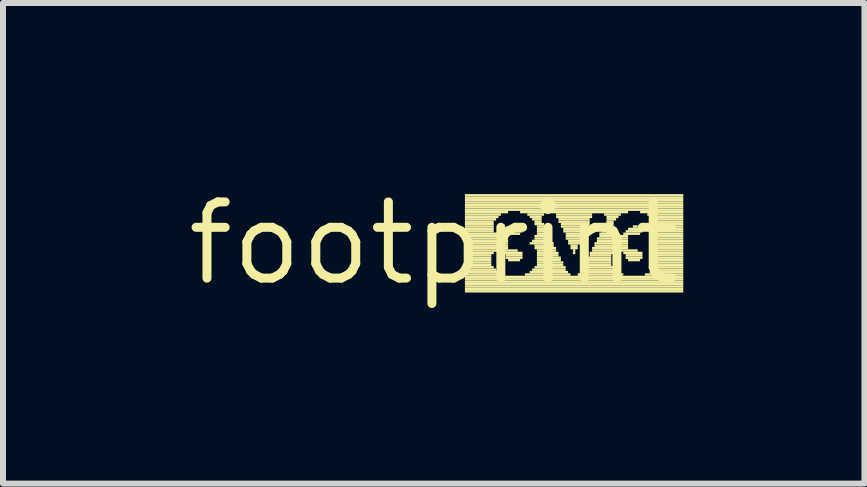
<source format=kicad_pcb>
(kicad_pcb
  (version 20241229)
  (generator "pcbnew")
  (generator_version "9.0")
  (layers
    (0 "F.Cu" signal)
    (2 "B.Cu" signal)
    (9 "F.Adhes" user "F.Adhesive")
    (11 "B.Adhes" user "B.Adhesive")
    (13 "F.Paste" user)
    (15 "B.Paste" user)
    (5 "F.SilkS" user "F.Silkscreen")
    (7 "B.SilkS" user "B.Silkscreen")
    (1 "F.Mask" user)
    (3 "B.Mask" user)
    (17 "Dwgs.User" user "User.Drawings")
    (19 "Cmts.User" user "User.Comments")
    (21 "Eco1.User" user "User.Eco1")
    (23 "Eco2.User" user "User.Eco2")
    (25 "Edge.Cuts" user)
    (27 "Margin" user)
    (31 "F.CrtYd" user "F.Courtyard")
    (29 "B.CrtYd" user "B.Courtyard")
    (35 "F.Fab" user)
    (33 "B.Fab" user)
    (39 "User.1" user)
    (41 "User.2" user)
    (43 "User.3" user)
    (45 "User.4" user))
  (footprint "footprint"
    (layer "F.Cu")
    (at 4.18 1.006)
    (property "Reference" "footprint" (at 0 0 0) (layer "F.SilkS") (effects (font (size 1.27 1.27) (thickness 0.15))))
    (fp_poly (pts (xy 0.52 -0.78) (xy 4.16 -0.78) (xy 4.16 -0.82) (xy 0.52 -0.82)) (stroke (width 0) (type solid)) (fill yes) (layer "F.SilkS"))
    (fp_poly (pts (xy 0.52 -0.74) (xy 4.16 -0.74) (xy 4.16 -0.78) (xy 0.52 -0.78)) (stroke (width 0) (type solid)) (fill yes) (layer "F.SilkS"))
    (fp_poly (pts (xy 0.52 -0.7) (xy 4.16 -0.7) (xy 4.16 -0.74) (xy 0.52 -0.74)) (stroke (width 0) (type solid)) (fill yes) (layer "F.SilkS"))
    (fp_poly (pts (xy 0.52 -0.66) (xy 4.16 -0.66) (xy 4.16 -0.7) (xy 0.52 -0.7)) (stroke (width 0) (type solid)) (fill yes) (layer "F.SilkS"))
    (fp_poly (pts (xy 0.52 -0.62) (xy 4.16 -0.62) (xy 4.16 -0.66) (xy 0.52 -0.66)) (stroke (width 0) (type solid)) (fill yes) (layer "F.SilkS"))
    (fp_poly (pts (xy 0.52 -0.58) (xy 4.16 -0.58) (xy 4.16 -0.62) (xy 0.52 -0.62)) (stroke (width 0) (type solid)) (fill yes) (layer "F.SilkS"))
    (fp_poly (pts (xy 0.52 -0.54) (xy 4.16 -0.54) (xy 4.16 -0.58) (xy 0.52 -0.58)) (stroke (width 0) (type solid)) (fill yes) (layer "F.SilkS"))
    (fp_poly (pts (xy 0.52 -0.5) (xy 1.24 -0.5) (xy 1.24 -0.54) (xy 0.52 -0.54)) (stroke (width 0) (type solid)) (fill yes) (layer "F.SilkS"))
    (fp_poly (pts (xy 0.52 -0.46) (xy 1.12 -0.46) (xy 1.12 -0.5) (xy 0.52 -0.5)) (stroke (width 0) (type solid)) (fill yes) (layer "F.SilkS"))
    (fp_poly (pts (xy 0.52 -0.42) (xy 1.08 -0.42) (xy 1.08 -0.46) (xy 0.52 -0.46)) (stroke (width 0) (type solid)) (fill yes) (layer "F.SilkS"))
    (fp_poly (pts (xy 0.52 -0.38) (xy 1.04 -0.38) (xy 1.04 -0.42) (xy 0.52 -0.42)) (stroke (width 0) (type solid)) (fill yes) (layer "F.SilkS"))
    (fp_poly (pts (xy 0.52 -0.34) (xy 1 -0.34) (xy 1 -0.38) (xy 0.52 -0.38)) (stroke (width 0) (type solid)) (fill yes) (layer "F.SilkS"))
    (fp_poly (pts (xy 0.52 -0.3) (xy 1 -0.3) (xy 1 -0.34) (xy 0.52 -0.34)) (stroke (width 0) (type solid)) (fill yes) (layer "F.SilkS"))
    (fp_poly (pts (xy 0.52 -0.26) (xy 1 -0.26) (xy 1 -0.3) (xy 0.52 -0.3)) (stroke (width 0) (type solid)) (fill yes) (layer "F.SilkS"))
    (fp_poly (pts (xy 0.52 -0.22) (xy 1 -0.22) (xy 1 -0.26) (xy 0.52 -0.26)) (stroke (width 0) (type solid)) (fill yes) (layer "F.SilkS"))
    (fp_poly (pts (xy 0.52 -0.18) (xy 1 -0.18) (xy 1 -0.22) (xy 0.52 -0.22)) (stroke (width 0) (type solid)) (fill yes) (layer "F.SilkS"))
    (fp_poly (pts (xy 0.52 -0.14) (xy 1.08 -0.14) (xy 1.08 -0.18) (xy 0.52 -0.18)) (stroke (width 0) (type solid)) (fill yes) (layer "F.SilkS"))
    (fp_poly (pts (xy 0.52 -0.1) (xy 1.24 -0.1) (xy 1.24 -0.14) (xy 0.52 -0.14)) (stroke (width 0) (type solid)) (fill yes) (layer "F.SilkS"))
    (fp_poly (pts (xy 0.52 -0.06) (xy 1.24 -0.06) (xy 1.24 -0.1) (xy 0.52 -0.1)) (stroke (width 0) (type solid)) (fill yes) (layer "F.SilkS"))
    (fp_poly (pts (xy 0.52 -0.02) (xy 1.24 -0.02) (xy 1.24 -0.06) (xy 0.52 -0.06)) (stroke (width 0) (type solid)) (fill yes) (layer "F.SilkS"))
    (fp_poly (pts (xy 0.52 0.02) (xy 1.24 0.02) (xy 1.24 -0.02) (xy 0.52 -0.02)) (stroke (width 0) (type solid)) (fill yes) (layer "F.SilkS"))
    (fp_poly (pts (xy 0.52 0.06) (xy 1.24 0.06) (xy 1.24 0.02) (xy 0.52 0.02)) (stroke (width 0) (type solid)) (fill yes) (layer "F.SilkS"))
    (fp_poly (pts (xy 0.52 0.1) (xy 1.24 0.1) (xy 1.24 0.06) (xy 0.52 0.06)) (stroke (width 0) (type solid)) (fill yes) (layer "F.SilkS"))
    (fp_poly (pts (xy 0.52 0.14) (xy 1.4 0.14) (xy 1.4 0.1) (xy 0.52 0.1)) (stroke (width 0) (type solid)) (fill yes) (layer "F.SilkS"))
    (fp_poly (pts (xy 0.52 0.18) (xy 1 0.18) (xy 1 0.14) (xy 0.52 0.14)) (stroke (width 0) (type solid)) (fill yes) (layer "F.SilkS"))
    (fp_poly (pts (xy 0.52 0.22) (xy 0.96 0.22) (xy 0.96 0.18) (xy 0.52 0.18)) (stroke (width 0) (type solid)) (fill yes) (layer "F.SilkS"))
    (fp_poly (pts (xy 0.52 0.26) (xy 0.96 0.26) (xy 0.96 0.22) (xy 0.52 0.22)) (stroke (width 0) (type solid)) (fill yes) (layer "F.SilkS"))
    (fp_poly (pts (xy 0.52 0.3) (xy 0.96 0.3) (xy 0.96 0.26) (xy 0.52 0.26)) (stroke (width 0) (type solid)) (fill yes) (layer "F.SilkS"))
    (fp_poly (pts (xy 0.52 0.34) (xy 0.96 0.34) (xy 0.96 0.3) (xy 0.52 0.3)) (stroke (width 0) (type solid)) (fill yes) (layer "F.SilkS"))
    (fp_poly (pts (xy 0.52 0.38) (xy 0.96 0.38) (xy 0.96 0.34) (xy 0.52 0.34)) (stroke (width 0) (type solid)) (fill yes) (layer "F.SilkS"))
    (fp_poly (pts (xy 0.52 0.42) (xy 1 0.42) (xy 1 0.38) (xy 0.52 0.38)) (stroke (width 0) (type solid)) (fill yes) (layer "F.SilkS"))
    (fp_poly (pts (xy 0.52 0.46) (xy 1.04 0.46) (xy 1.04 0.42) (xy 0.52 0.42)) (stroke (width 0) (type solid)) (fill yes) (layer "F.SilkS"))
    (fp_poly (pts (xy 0.52 0.5) (xy 1.08 0.5) (xy 1.08 0.46) (xy 0.52 0.46)) (stroke (width 0) (type solid)) (fill yes) (layer "F.SilkS"))
    (fp_poly (pts (xy 0.52 0.54) (xy 1.16 0.54) (xy 1.16 0.5) (xy 0.52 0.5)) (stroke (width 0) (type solid)) (fill yes) (layer "F.SilkS"))
    (fp_poly (pts (xy 0.52 0.58) (xy 4.16 0.58) (xy 4.16 0.54) (xy 0.52 0.54)) (stroke (width 0) (type solid)) (fill yes) (layer "F.SilkS"))
    (fp_poly (pts (xy 0.52 0.62) (xy 4.16 0.62) (xy 4.16 0.58) (xy 0.52 0.58)) (stroke (width 0) (type solid)) (fill yes) (layer "F.SilkS"))
    (fp_poly (pts (xy 0.52 0.66) (xy 4.16 0.66) (xy 4.16 0.62) (xy 0.52 0.62)) (stroke (width 0) (type solid)) (fill yes) (layer "F.SilkS"))
    (fp_poly (pts (xy 0.52 0.7) (xy 4.16 0.7) (xy 4.16 0.66) (xy 0.52 0.66)) (stroke (width 0) (type solid)) (fill yes) (layer "F.SilkS"))
    (fp_poly (pts (xy 0.52 0.74) (xy 4.16 0.74) (xy 4.16 0.7) (xy 0.52 0.7)) (stroke (width 0) (type solid)) (fill yes) (layer "F.SilkS"))
    (fp_poly (pts (xy 0.52 0.78) (xy 4.16 0.78) (xy 4.16 0.74) (xy 0.52 0.74)) (stroke (width 0) (type solid)) (fill yes) (layer "F.SilkS"))
    (fp_poly (pts (xy 0.52 0.82) (xy 4.16 0.82) (xy 4.16 0.78) (xy 0.52 0.78)) (stroke (width 0) (type solid)) (fill yes) (layer "F.SilkS"))
    (fp_poly (pts (xy 1.16 -0.14) (xy 1.44 -0.14) (xy 1.44 -0.18) (xy 1.16 -0.18)) (stroke (width 0) (type solid)) (fill yes) (layer "F.SilkS"))
    (fp_poly (pts (xy 1.16 0.18) (xy 1.48 0.18) (xy 1.48 0.14) (xy 1.16 0.14)) (stroke (width 0) (type solid)) (fill yes) (layer "F.SilkS"))
    (fp_poly (pts (xy 1.2 -0.18) (xy 1.48 -0.18) (xy 1.48 -0.22) (xy 1.2 -0.22)) (stroke (width 0) (type solid)) (fill yes) (layer "F.SilkS"))
    (fp_poly (pts (xy 1.2 0.22) (xy 1.48 0.22) (xy 1.48 0.18) (xy 1.2 0.18)) (stroke (width 0) (type solid)) (fill yes) (layer "F.SilkS"))
    (fp_poly (pts (xy 1.2 0.26) (xy 1.48 0.26) (xy 1.48 0.22) (xy 1.2 0.22)) (stroke (width 0) (type solid)) (fill yes) (layer "F.SilkS"))
    (fp_poly (pts (xy 1.24 -0.22) (xy 1.44 -0.22) (xy 1.44 -0.26) (xy 1.24 -0.26)) (stroke (width 0) (type solid)) (fill yes) (layer "F.SilkS"))
    (fp_poly (pts (xy 1.24 0.3) (xy 1.44 0.3) (xy 1.44 0.26) (xy 1.24 0.26)) (stroke (width 0) (type solid)) (fill yes) (layer "F.SilkS"))
    (fp_poly (pts (xy 1.32 -0.26) (xy 1.4 -0.26) (xy 1.4 -0.3) (xy 1.32 -0.3)) (stroke (width 0) (type solid)) (fill yes) (layer "F.SilkS"))
    (fp_poly (pts (xy 1.44 -0.5) (xy 3.24 -0.5) (xy 3.24 -0.54) (xy 1.44 -0.54)) (stroke (width 0) (type solid)) (fill yes) (layer "F.SilkS"))
    (fp_poly (pts (xy 1.52 0.54) (xy 2.28 0.54) (xy 2.28 0.5) (xy 1.52 0.5)) (stroke (width 0) (type solid)) (fill yes) (layer "F.SilkS"))
    (fp_poly (pts (xy 1.56 -0.46) (xy 1.84 -0.46) (xy 1.84 -0.5) (xy 1.56 -0.5)) (stroke (width 0) (type solid)) (fill yes) (layer "F.SilkS"))
    (fp_poly (pts (xy 1.6 -0.42) (xy 1.8 -0.42) (xy 1.8 -0.46) (xy 1.6 -0.46)) (stroke (width 0) (type solid)) (fill yes) (layer "F.SilkS"))
    (fp_poly (pts (xy 1.6 0.02) (xy 2 0.02) (xy 2 -0.02) (xy 1.6 -0.02)) (stroke (width 0) (type solid)) (fill yes) (layer "F.SilkS"))
    (fp_poly (pts (xy 1.6 0.5) (xy 2.24 0.5) (xy 2.24 0.46) (xy 1.6 0.46)) (stroke (width 0) (type solid)) (fill yes) (layer "F.SilkS"))
    (fp_poly (pts (xy 1.64 -0.38) (xy 1.8 -0.38) (xy 1.8 -0.42) (xy 1.64 -0.42)) (stroke (width 0) (type solid)) (fill yes) (layer "F.SilkS"))
    (fp_poly (pts (xy 1.64 -0.02) (xy 1.96 -0.02) (xy 1.96 -0.06) (xy 1.64 -0.06)) (stroke (width 0) (type solid)) (fill yes) (layer "F.SilkS"))
    (fp_poly (pts (xy 1.64 0.46) (xy 2.2 0.46) (xy 2.2 0.42) (xy 1.64 0.42)) (stroke (width 0) (type solid)) (fill yes) (layer "F.SilkS"))
    (fp_poly (pts (xy 1.68 -0.34) (xy 1.8 -0.34) (xy 1.8 -0.38) (xy 1.68 -0.38)) (stroke (width 0) (type solid)) (fill yes) (layer "F.SilkS"))
    (fp_poly (pts (xy 1.68 -0.3) (xy 1.84 -0.3) (xy 1.84 -0.34) (xy 1.68 -0.34)) (stroke (width 0) (type solid)) (fill yes) (layer "F.SilkS"))
    (fp_poly (pts (xy 1.68 -0.1) (xy 1.92 -0.1) (xy 1.92 -0.14) (xy 1.68 -0.14)) (stroke (width 0) (type solid)) (fill yes) (layer "F.SilkS"))
    (fp_poly (pts (xy 1.68 -0.06) (xy 1.96 -0.06) (xy 1.96 -0.1) (xy 1.68 -0.1)) (stroke (width 0) (type solid)) (fill yes) (layer "F.SilkS"))
    (fp_poly (pts (xy 1.68 0.06) (xy 2 0.06) (xy 2 0.02) (xy 1.68 0.02)) (stroke (width 0) (type solid)) (fill yes) (layer "F.SilkS"))
    (fp_poly (pts (xy 1.68 0.1) (xy 2.04 0.1) (xy 2.04 0.06) (xy 1.68 0.06)) (stroke (width 0) (type solid)) (fill yes) (layer "F.SilkS"))
    (fp_poly (pts (xy 1.68 0.42) (xy 2.2 0.42) (xy 2.2 0.38) (xy 1.68 0.38)) (stroke (width 0) (type solid)) (fill yes) (layer "F.SilkS"))
    (fp_poly (pts (xy 1.72 -0.26) (xy 1.84 -0.26) (xy 1.84 -0.3) (xy 1.72 -0.3)) (stroke (width 0) (type solid)) (fill yes) (layer "F.SilkS"))
    (fp_poly (pts (xy 1.72 -0.22) (xy 1.88 -0.22) (xy 1.88 -0.26) (xy 1.72 -0.26)) (stroke (width 0) (type solid)) (fill yes) (layer "F.SilkS"))
    (fp_poly (pts (xy 1.72 -0.18) (xy 1.88 -0.18) (xy 1.88 -0.22) (xy 1.72 -0.22)) (stroke (width 0) (type solid)) (fill yes) (layer "F.SilkS"))
    (fp_poly (pts (xy 1.72 -0.14) (xy 1.92 -0.14) (xy 1.92 -0.18) (xy 1.72 -0.18)) (stroke (width 0) (type solid)) (fill yes) (layer "F.SilkS"))
    (fp_poly (pts (xy 1.72 0.14) (xy 2.04 0.14) (xy 2.04 0.1) (xy 1.72 0.1)) (stroke (width 0) (type solid)) (fill yes) (layer "F.SilkS"))
    (fp_poly (pts (xy 1.72 0.18) (xy 2.08 0.18) (xy 2.08 0.14) (xy 1.72 0.14)) (stroke (width 0) (type solid)) (fill yes) (layer "F.SilkS"))
    (fp_poly (pts (xy 1.72 0.22) (xy 2.08 0.22) (xy 2.08 0.18) (xy 1.72 0.18)) (stroke (width 0) (type solid)) (fill yes) (layer "F.SilkS"))
    (fp_poly (pts (xy 1.72 0.26) (xy 2.12 0.26) (xy 2.12 0.22) (xy 1.72 0.22)) (stroke (width 0) (type solid)) (fill yes) (layer "F.SilkS"))
    (fp_poly (pts (xy 1.72 0.3) (xy 2.12 0.3) (xy 2.12 0.26) (xy 1.72 0.26)) (stroke (width 0) (type solid)) (fill yes) (layer "F.SilkS"))
    (fp_poly (pts (xy 1.72 0.34) (xy 2.16 0.34) (xy 2.16 0.3) (xy 1.72 0.3)) (stroke (width 0) (type solid)) (fill yes) (layer "F.SilkS"))
    (fp_poly (pts (xy 1.72 0.38) (xy 2.16 0.38) (xy 2.16 0.34) (xy 1.72 0.34)) (stroke (width 0) (type solid)) (fill yes) (layer "F.SilkS"))
    (fp_poly (pts (xy 2.04 -0.46) (xy 2.64 -0.46) (xy 2.64 -0.5) (xy 2.04 -0.5)) (stroke (width 0) (type solid)) (fill yes) (layer "F.SilkS"))
    (fp_poly (pts (xy 2.04 -0.42) (xy 2.64 -0.42) (xy 2.64 -0.46) (xy 2.04 -0.46)) (stroke (width 0) (type solid)) (fill yes) (layer "F.SilkS"))
    (fp_poly (pts (xy 2.08 -0.38) (xy 2.6 -0.38) (xy 2.6 -0.42) (xy 2.08 -0.42)) (stroke (width 0) (type solid)) (fill yes) (layer "F.SilkS"))
    (fp_poly (pts (xy 2.08 -0.34) (xy 2.6 -0.34) (xy 2.6 -0.38) (xy 2.08 -0.38)) (stroke (width 0) (type solid)) (fill yes) (layer "F.SilkS"))
    (fp_poly (pts (xy 2.12 -0.3) (xy 2.6 -0.3) (xy 2.6 -0.34) (xy 2.12 -0.34)) (stroke (width 0) (type solid)) (fill yes) (layer "F.SilkS"))
    (fp_poly (pts (xy 2.12 -0.26) (xy 2.56 -0.26) (xy 2.56 -0.3) (xy 2.12 -0.3)) (stroke (width 0) (type solid)) (fill yes) (layer "F.SilkS"))
    (fp_poly (pts (xy 2.16 -0.22) (xy 2.56 -0.22) (xy 2.56 -0.26) (xy 2.16 -0.26)) (stroke (width 0) (type solid)) (fill yes) (layer "F.SilkS"))
    (fp_poly (pts (xy 2.16 -0.18) (xy 2.52 -0.18) (xy 2.52 -0.22) (xy 2.16 -0.22)) (stroke (width 0) (type solid)) (fill yes) (layer "F.SilkS"))
    (fp_poly (pts (xy 2.2 -0.14) (xy 2.52 -0.14) (xy 2.52 -0.18) (xy 2.2 -0.18)) (stroke (width 0) (type solid)) (fill yes) (layer "F.SilkS"))
    (fp_poly (pts (xy 2.2 -0.1) (xy 2.48 -0.1) (xy 2.48 -0.14) (xy 2.2 -0.14)) (stroke (width 0) (type solid)) (fill yes) (layer "F.SilkS"))
    (fp_poly (pts (xy 2.2 -0.06) (xy 2.48 -0.06) (xy 2.48 -0.1) (xy 2.2 -0.1)) (stroke (width 0) (type solid)) (fill yes) (layer "F.SilkS"))
    (fp_poly (pts (xy 2.24 -0.02) (xy 2.44 -0.02) (xy 2.44 -0.06) (xy 2.24 -0.06)) (stroke (width 0) (type solid)) (fill yes) (layer "F.SilkS"))
    (fp_poly (pts (xy 2.24 0.02) (xy 2.44 0.02) (xy 2.44 -0.02) (xy 2.24 -0.02)) (stroke (width 0) (type solid)) (fill yes) (layer "F.SilkS"))
    (fp_poly (pts (xy 2.28 0.06) (xy 2.4 0.06) (xy 2.4 0.02) (xy 2.28 0.02)) (stroke (width 0) (type solid)) (fill yes) (layer "F.SilkS"))
    (fp_poly (pts (xy 2.28 0.1) (xy 2.4 0.1) (xy 2.4 0.06) (xy 2.28 0.06)) (stroke (width 0) (type solid)) (fill yes) (layer "F.SilkS"))
    (fp_poly (pts (xy 2.32 0.14) (xy 2.36 0.14) (xy 2.36 0.1) (xy 2.32 0.1)) (stroke (width 0) (type solid)) (fill yes) (layer "F.SilkS"))
    (fp_poly (pts (xy 2.32 0.18) (xy 2.36 0.18) (xy 2.36 0.14) (xy 2.32 0.14)) (stroke (width 0) (type solid)) (fill yes) (layer "F.SilkS"))
    (fp_poly (pts (xy 2.4 0.54) (xy 3.16 0.54) (xy 3.16 0.5) (xy 2.4 0.5)) (stroke (width 0) (type solid)) (fill yes) (layer "F.SilkS"))
    (fp_poly (pts (xy 2.44 0.5) (xy 3.08 0.5) (xy 3.08 0.46) (xy 2.44 0.46)) (stroke (width 0) (type solid)) (fill yes) (layer "F.SilkS"))
    (fp_poly (pts (xy 2.48 0.42) (xy 3 0.42) (xy 3 0.38) (xy 2.48 0.38)) (stroke (width 0) (type solid)) (fill yes) (layer "F.SilkS"))
    (fp_poly (pts (xy 2.48 0.46) (xy 3.04 0.46) (xy 3.04 0.42) (xy 2.48 0.42)) (stroke (width 0) (type solid)) (fill yes) (layer "F.SilkS"))
    (fp_poly (pts (xy 2.52 0.34) (xy 2.96 0.34) (xy 2.96 0.3) (xy 2.52 0.3)) (stroke (width 0) (type solid)) (fill yes) (layer "F.SilkS"))
    (fp_poly (pts (xy 2.52 0.38) (xy 2.96 0.38) (xy 2.96 0.34) (xy 2.52 0.34)) (stroke (width 0) (type solid)) (fill yes) (layer "F.SilkS"))
    (fp_poly (pts (xy 2.56 0.26) (xy 2.96 0.26) (xy 2.96 0.22) (xy 2.56 0.22)) (stroke (width 0) (type solid)) (fill yes) (layer "F.SilkS"))
    (fp_poly (pts (xy 2.56 0.3) (xy 2.96 0.3) (xy 2.96 0.26) (xy 2.56 0.26)) (stroke (width 0) (type solid)) (fill yes) (layer "F.SilkS"))
    (fp_poly (pts (xy 2.6 0.18) (xy 3 0.18) (xy 3 0.14) (xy 2.6 0.14)) (stroke (width 0) (type solid)) (fill yes) (layer "F.SilkS"))
    (fp_poly (pts (xy 2.6 0.22) (xy 2.96 0.22) (xy 2.96 0.18) (xy 2.6 0.18)) (stroke (width 0) (type solid)) (fill yes) (layer "F.SilkS"))
    (fp_poly (pts (xy 2.64 0.1) (xy 3.24 0.1) (xy 3.24 0.06) (xy 2.64 0.06)) (stroke (width 0) (type solid)) (fill yes) (layer "F.SilkS"))
    (fp_poly (pts (xy 2.64 0.14) (xy 3.4 0.14) (xy 3.4 0.1) (xy 2.64 0.1)) (stroke (width 0) (type solid)) (fill yes) (layer "F.SilkS"))
    (fp_poly (pts (xy 2.68 0.02) (xy 3.24 0.02) (xy 3.24 -0.02) (xy 2.68 -0.02)) (stroke (width 0) (type solid)) (fill yes) (layer "F.SilkS"))
    (fp_poly (pts (xy 2.68 0.06) (xy 3.24 0.06) (xy 3.24 0.02) (xy 2.68 0.02)) (stroke (width 0) (type solid)) (fill yes) (layer "F.SilkS"))
    (fp_poly (pts (xy 2.72 -0.06) (xy 3.24 -0.06) (xy 3.24 -0.1) (xy 2.72 -0.1)) (stroke (width 0) (type solid)) (fill yes) (layer "F.SilkS"))
    (fp_poly (pts (xy 2.72 -0.02) (xy 3.24 -0.02) (xy 3.24 -0.06) (xy 2.72 -0.06)) (stroke (width 0) (type solid)) (fill yes) (layer "F.SilkS"))
    (fp_poly (pts (xy 2.76 -0.14) (xy 3.08 -0.14) (xy 3.08 -0.18) (xy 2.76 -0.18)) (stroke (width 0) (type solid)) (fill yes) (layer "F.SilkS"))
    (fp_poly (pts (xy 2.76 -0.1) (xy 3.24 -0.1) (xy 3.24 -0.14) (xy 2.76 -0.14)) (stroke (width 0) (type solid)) (fill yes) (layer "F.SilkS"))
    (fp_poly (pts (xy 2.8 -0.22) (xy 3 -0.22) (xy 3 -0.26) (xy 2.8 -0.26)) (stroke (width 0) (type solid)) (fill yes) (layer "F.SilkS"))
    (fp_poly (pts (xy 2.8 -0.18) (xy 3 -0.18) (xy 3 -0.22) (xy 2.8 -0.22)) (stroke (width 0) (type solid)) (fill yes) (layer "F.SilkS"))
    (fp_poly (pts (xy 2.84 -0.46) (xy 3.12 -0.46) (xy 3.12 -0.5) (xy 2.84 -0.5)) (stroke (width 0) (type solid)) (fill yes) (layer "F.SilkS"))
    (fp_poly (pts (xy 2.84 -0.3) (xy 3 -0.3) (xy 3 -0.34) (xy 2.84 -0.34)) (stroke (width 0) (type solid)) (fill yes) (layer "F.SilkS"))
    (fp_poly (pts (xy 2.84 -0.26) (xy 3 -0.26) (xy 3 -0.3) (xy 2.84 -0.3)) (stroke (width 0) (type solid)) (fill yes) (layer "F.SilkS"))
    (fp_poly (pts (xy 2.88 -0.42) (xy 3.08 -0.42) (xy 3.08 -0.46) (xy 2.88 -0.46)) (stroke (width 0) (type solid)) (fill yes) (layer "F.SilkS"))
    (fp_poly (pts (xy 2.88 -0.38) (xy 3.04 -0.38) (xy 3.04 -0.42) (xy 2.88 -0.42)) (stroke (width 0) (type solid)) (fill yes) (layer "F.SilkS"))
    (fp_poly (pts (xy 2.88 -0.34) (xy 3 -0.34) (xy 3 -0.38) (xy 2.88 -0.38)) (stroke (width 0) (type solid)) (fill yes) (layer "F.SilkS"))
    (fp_poly (pts (xy 3.16 -0.14) (xy 3.44 -0.14) (xy 3.44 -0.18) (xy 3.16 -0.18)) (stroke (width 0) (type solid)) (fill yes) (layer "F.SilkS"))
    (fp_poly (pts (xy 3.16 0.18) (xy 3.48 0.18) (xy 3.48 0.14) (xy 3.16 0.14)) (stroke (width 0) (type solid)) (fill yes) (layer "F.SilkS"))
    (fp_poly (pts (xy 3.2 -0.18) (xy 3.48 -0.18) (xy 3.48 -0.22) (xy 3.2 -0.22)) (stroke (width 0) (type solid)) (fill yes) (layer "F.SilkS"))
    (fp_poly (pts (xy 3.2 0.22) (xy 3.48 0.22) (xy 3.48 0.18) (xy 3.2 0.18)) (stroke (width 0) (type solid)) (fill yes) (layer "F.SilkS"))
    (fp_poly (pts (xy 3.2 0.26) (xy 3.48 0.26) (xy 3.48 0.22) (xy 3.2 0.22)) (stroke (width 0) (type solid)) (fill yes) (layer "F.SilkS"))
    (fp_poly (pts (xy 3.24 -0.22) (xy 3.44 -0.22) (xy 3.44 -0.26) (xy 3.24 -0.26)) (stroke (width 0) (type solid)) (fill yes) (layer "F.SilkS"))
    (fp_poly (pts (xy 3.24 0.3) (xy 3.44 0.3) (xy 3.44 0.26) (xy 3.24 0.26)) (stroke (width 0) (type solid)) (fill yes) (layer "F.SilkS"))
    (fp_poly (pts (xy 3.32 -0.26) (xy 3.4 -0.26) (xy 3.4 -0.3) (xy 3.32 -0.3)) (stroke (width 0) (type solid)) (fill yes) (layer "F.SilkS"))
    (fp_poly (pts (xy 3.44 -0.5) (xy 4.16 -0.5) (xy 4.16 -0.54) (xy 3.44 -0.54)) (stroke (width 0) (type solid)) (fill yes) (layer "F.SilkS"))
    (fp_poly (pts (xy 3.52 0.54) (xy 4.16 0.54) (xy 4.16 0.5) (xy 3.52 0.5)) (stroke (width 0) (type solid)) (fill yes) (layer "F.SilkS"))
    (fp_poly (pts (xy 3.56 -0.46) (xy 4.16 -0.46) (xy 4.16 -0.5) (xy 3.56 -0.5)) (stroke (width 0) (type solid)) (fill yes) (layer "F.SilkS"))
    (fp_poly (pts (xy 3.6 -0.42) (xy 4.16 -0.42) (xy 4.16 -0.46) (xy 3.6 -0.46)) (stroke (width 0) (type solid)) (fill yes) (layer "F.SilkS"))
    (fp_poly (pts (xy 3.6 0.02) (xy 4.16 0.02) (xy 4.16 -0.02) (xy 3.6 -0.02)) (stroke (width 0) (type solid)) (fill yes) (layer "F.SilkS"))
    (fp_poly (pts (xy 3.6 0.5) (xy 4.16 0.5) (xy 4.16 0.46) (xy 3.6 0.46)) (stroke (width 0) (type solid)) (fill yes) (layer "F.SilkS"))
    (fp_poly (pts (xy 3.64 -0.38) (xy 4.16 -0.38) (xy 4.16 -0.42) (xy 3.64 -0.42)) (stroke (width 0) (type solid)) (fill yes) (layer "F.SilkS"))
    (fp_poly (pts (xy 3.64 -0.02) (xy 4.16 -0.02) (xy 4.16 -0.06) (xy 3.64 -0.06)) (stroke (width 0) (type solid)) (fill yes) (layer "F.SilkS"))
    (fp_poly (pts (xy 3.64 0.46) (xy 4.16 0.46) (xy 4.16 0.42) (xy 3.64 0.42)) (stroke (width 0) (type solid)) (fill yes) (layer "F.SilkS"))
    (fp_poly (pts (xy 3.68 -0.34) (xy 4.16 -0.34) (xy 4.16 -0.38) (xy 3.68 -0.38)) (stroke (width 0) (type solid)) (fill yes) (layer "F.SilkS"))
    (fp_poly (pts (xy 3.68 -0.3) (xy 4.16 -0.3) (xy 4.16 -0.34) (xy 3.68 -0.34)) (stroke (width 0) (type solid)) (fill yes) (layer "F.SilkS"))
    (fp_poly (pts (xy 3.68 -0.1) (xy 4.16 -0.1) (xy 4.16 -0.14) (xy 3.68 -0.14)) (stroke (width 0) (type solid)) (fill yes) (layer "F.SilkS"))
    (fp_poly (pts (xy 3.68 -0.06) (xy 4.16 -0.06) (xy 4.16 -0.1) (xy 3.68 -0.1)) (stroke (width 0) (type solid)) (fill yes) (layer "F.SilkS"))
    (fp_poly (pts (xy 3.68 0.06) (xy 4.16 0.06) (xy 4.16 0.02) (xy 3.68 0.02)) (stroke (width 0) (type solid)) (fill yes) (layer "F.SilkS"))
    (fp_poly (pts (xy 3.68 0.1) (xy 4.16 0.1) (xy 4.16 0.06) (xy 3.68 0.06)) (stroke (width 0) (type solid)) (fill yes) (layer "F.SilkS"))
    (fp_poly (pts (xy 3.68 0.42) (xy 4.16 0.42) (xy 4.16 0.38) (xy 3.68 0.38)) (stroke (width 0) (type solid)) (fill yes) (layer "F.SilkS"))
    (fp_poly (pts (xy 3.72 -0.26) (xy 4.16 -0.26) (xy 4.16 -0.3) (xy 3.72 -0.3)) (stroke (width 0) (type solid)) (fill yes) (layer "F.SilkS"))
    (fp_poly (pts (xy 3.72 -0.22) (xy 4.16 -0.22) (xy 4.16 -0.26) (xy 3.72 -0.26)) (stroke (width 0) (type solid)) (fill yes) (layer "F.SilkS"))
    (fp_poly (pts (xy 3.72 -0.18) (xy 4.16 -0.18) (xy 4.16 -0.22) (xy 3.72 -0.22)) (stroke (width 0) (type solid)) (fill yes) (layer "F.SilkS"))
    (fp_poly (pts (xy 3.72 -0.14) (xy 4.16 -0.14) (xy 4.16 -0.18) (xy 3.72 -0.18)) (stroke (width 0) (type solid)) (fill yes) (layer "F.SilkS"))
    (fp_poly (pts (xy 3.72 0.14) (xy 4.16 0.14) (xy 4.16 0.1) (xy 3.72 0.1)) (stroke (width 0) (type solid)) (fill yes) (layer "F.SilkS"))
    (fp_poly (pts (xy 3.72 0.18) (xy 4.16 0.18) (xy 4.16 0.14) (xy 3.72 0.14)) (stroke (width 0) (type solid)) (fill yes) (layer "F.SilkS"))
    (fp_poly (pts (xy 3.72 0.22) (xy 4.16 0.22) (xy 4.16 0.18) (xy 3.72 0.18)) (stroke (width 0) (type solid)) (fill yes) (layer "F.SilkS"))
    (fp_poly (pts (xy 3.72 0.26) (xy 4.16 0.26) (xy 4.16 0.22) (xy 3.72 0.22)) (stroke (width 0) (type solid)) (fill yes) (layer "F.SilkS"))
    (fp_poly (pts (xy 3.72 0.3) (xy 4.16 0.3) (xy 4.16 0.26) (xy 3.72 0.26)) (stroke (width 0) (type solid)) (fill yes) (layer "F.SilkS"))
    (fp_poly (pts (xy 3.72 0.34) (xy 4.16 0.34) (xy 4.16 0.3) (xy 3.72 0.3)) (stroke (width 0) (type solid)) (fill yes) (layer "F.SilkS"))
    (fp_poly (pts (xy 3.72 0.38) (xy 4.16 0.38) (xy 4.16 0.34) (xy 3.72 0.34)) (stroke (width 0) (type solid)) (fill yes) (layer "F.SilkS")))
  (gr_rect
    (start -3 -3)
    (end 11.36 5.012)
    (stroke (width 0.1) (type default))
    (fill no)
    (layer "Edge.Cuts")))
</source>
